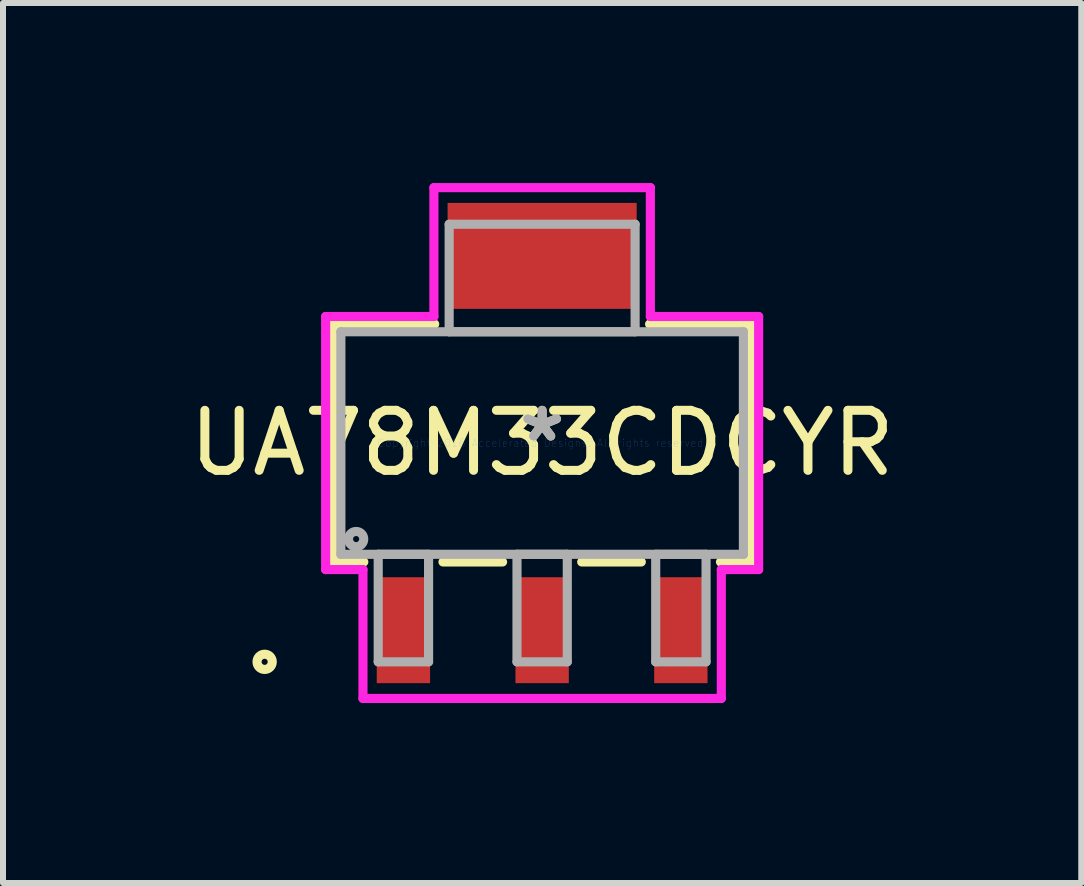
<source format=kicad_pcb>
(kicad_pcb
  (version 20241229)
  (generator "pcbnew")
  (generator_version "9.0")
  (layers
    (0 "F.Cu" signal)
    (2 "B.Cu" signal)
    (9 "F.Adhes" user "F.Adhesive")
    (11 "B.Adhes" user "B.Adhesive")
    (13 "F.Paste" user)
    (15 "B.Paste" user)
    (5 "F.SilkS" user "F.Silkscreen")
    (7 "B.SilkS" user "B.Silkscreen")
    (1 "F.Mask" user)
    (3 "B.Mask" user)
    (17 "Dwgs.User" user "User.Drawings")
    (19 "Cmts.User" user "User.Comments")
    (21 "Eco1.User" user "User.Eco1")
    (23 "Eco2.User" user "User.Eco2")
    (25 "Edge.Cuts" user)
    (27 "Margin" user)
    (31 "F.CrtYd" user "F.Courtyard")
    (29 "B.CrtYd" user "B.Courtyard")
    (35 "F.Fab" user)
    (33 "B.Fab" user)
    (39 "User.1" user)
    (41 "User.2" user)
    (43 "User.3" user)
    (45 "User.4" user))
  (footprint "UA78M33CDCYR"
    (layer "F.Cu")
    (at 5.982 4.331)
    (property "Reference" "UA78M33CDCYR" (at 0 0 0) (layer "F.SilkS") (effects (font (size 1 1) (thickness 0.15))))
    (attr through_hole)
    (fp_line (start -3.48 -1.981) (end -3.48 1.981) (stroke (width 0.152) (type solid)) (layer "F.SilkS"))
    (fp_line (start -3.48 1.981) (end -2.971 1.981) (stroke (width 0.152) (type solid)) (layer "F.SilkS"))
    (fp_line (start -1.79 -1.981) (end -3.48 -1.981) (stroke (width 0.152) (type solid)) (layer "F.SilkS"))
    (fp_line (start -1.652 1.981) (end -0.659 1.981) (stroke (width 0.152) (type solid)) (layer "F.SilkS"))
    (fp_line (start 0.659 1.981) (end 1.652 1.981) (stroke (width 0.152) (type solid)) (layer "F.SilkS"))
    (fp_line (start 2.971 1.981) (end 3.48 1.981) (stroke (width 0.152) (type solid)) (layer "F.SilkS"))
    (fp_line (start 3.48 -1.981) (end 1.79 -1.981) (stroke (width 0.152) (type solid)) (layer "F.SilkS"))
    (fp_line (start 3.48 1.981) (end 3.48 -1.981) (stroke (width 0.152) (type solid)) (layer "F.SilkS"))
    (fp_circle (center -4.623 3.645) (end -4.496 3.645) (stroke (width 0.152) (type solid)) (fill no) (layer "F.SilkS"))
    (fp_line (start -3.607 -2.108) (end -1.803 -2.108) (stroke (width 0.152) (type solid)) (layer "F.CrtYd"))
    (fp_line (start -3.607 2.108) (end -3.607 -2.108) (stroke (width 0.152) (type solid)) (layer "F.CrtYd"))
    (fp_line (start -2.985 2.108) (end -3.607 2.108) (stroke (width 0.152) (type solid)) (layer "F.CrtYd"))
    (fp_line (start -2.985 4.255) (end -2.985 2.108) (stroke (width 0.152) (type solid)) (layer "F.CrtYd"))
    (fp_line (start -1.803 -4.255) (end 1.803 -4.255) (stroke (width 0.152) (type solid)) (layer "F.CrtYd"))
    (fp_line (start -1.803 -2.108) (end -1.803 -4.255) (stroke (width 0.152) (type solid)) (layer "F.CrtYd"))
    (fp_line (start 1.803 -4.255) (end 1.803 -2.108) (stroke (width 0.152) (type solid)) (layer "F.CrtYd"))
    (fp_line (start 1.803 -2.108) (end 3.607 -2.108) (stroke (width 0.152) (type solid)) (layer "F.CrtYd"))
    (fp_line (start 2.985 2.108) (end 2.985 4.255) (stroke (width 0.152) (type solid)) (layer "F.CrtYd"))
    (fp_line (start 2.985 4.255) (end -2.985 4.255) (stroke (width 0.152) (type solid)) (layer "F.CrtYd"))
    (fp_line (start 3.607 -2.108) (end 3.607 2.108) (stroke (width 0.152) (type solid)) (layer "F.CrtYd"))
    (fp_line (start 3.607 2.108) (end 2.985 2.108) (stroke (width 0.152) (type solid)) (layer "F.CrtYd"))
    (fp_line (start -3.353 -1.854) (end -3.353 1.854) (stroke (width 0.152) (type solid)) (layer "F.Fab"))
    (fp_line (start -3.353 1.854) (end 3.353 1.854) (stroke (width 0.152) (type solid)) (layer "F.Fab"))
    (fp_line (start -2.731 1.854) (end -2.731 3.645) (stroke (width 0.152) (type solid)) (layer "F.Fab"))
    (fp_line (start -2.731 3.645) (end -1.892 3.645) (stroke (width 0.152) (type solid)) (layer "F.Fab"))
    (fp_line (start -1.892 1.854) (end -2.731 1.854) (stroke (width 0.152) (type solid)) (layer "F.Fab"))
    (fp_line (start -1.892 3.645) (end -1.892 1.854) (stroke (width 0.152) (type solid)) (layer "F.Fab"))
    (fp_line (start -1.549 -3.645) (end -1.549 -1.854) (stroke (width 0.152) (type solid)) (layer "F.Fab"))
    (fp_line (start -1.549 -1.854) (end 1.549 -1.854) (stroke (width 0.152) (type solid)) (layer "F.Fab"))
    (fp_line (start -0.419 1.854) (end -0.419 3.645) (stroke (width 0.152) (type solid)) (layer "F.Fab"))
    (fp_line (start -0.419 3.645) (end 0.419 3.645) (stroke (width 0.152) (type solid)) (layer "F.Fab"))
    (fp_line (start 0.419 1.854) (end -0.419 1.854) (stroke (width 0.152) (type solid)) (layer "F.Fab"))
    (fp_line (start 0.419 3.645) (end 0.419 1.854) (stroke (width 0.152) (type solid)) (layer "F.Fab"))
    (fp_line (start 1.549 -3.645) (end -1.549 -3.645) (stroke (width 0.152) (type solid)) (layer "F.Fab"))
    (fp_line (start 1.549 -1.854) (end 1.549 -3.645) (stroke (width 0.152) (type solid)) (layer "F.Fab"))
    (fp_line (start 1.892 1.854) (end 1.892 3.645) (stroke (width 0.152) (type solid)) (layer "F.Fab"))
    (fp_line (start 1.892 3.645) (end 2.731 3.645) (stroke (width 0.152) (type solid)) (layer "F.Fab"))
    (fp_line (start 2.731 1.854) (end 1.892 1.854) (stroke (width 0.152) (type solid)) (layer "F.Fab"))
    (fp_line (start 2.731 3.645) (end 2.731 1.854) (stroke (width 0.152) (type solid)) (layer "F.Fab"))
    (fp_line (start 3.353 -1.854) (end -3.353 -1.854) (stroke (width 0.152) (type solid)) (layer "F.Fab"))
    (fp_line (start 3.353 1.854) (end 3.353 -1.854) (stroke (width 0.152) (type solid)) (layer "F.Fab"))
    (fp_circle (center -3.099 1.6) (end -2.972 1.6) (stroke (width 0.152) (type solid)) (fill no) (layer "F.Fab"))
    (fp_text user "*" (at 0 0 0) (layer "F.SilkS") (effects (font (size 1 1) (thickness 0.15))))
    (fp_text user "Copyright 2016 Accelerated Designs. All rights reserved." (at 0 0 0) (layer "Cmts.User") (effects (font (size 0.127 0.127) (thickness 0.002))))
    (fp_text user "*" (at 0 0 0) (layer "F.Fab") (effects (font (size 1 1) (thickness 0.15))))
    (pad "1" smd rect (at -2.311 3.118) (size 0.889 1.765) (layers "F.Cu" "F.Mask" "F.Paste"))
    (pad "2" smd rect (at 0 3.118) (size 0.889 1.765) (layers "F.Cu" "F.Mask" "F.Paste"))
    (pad "3" smd rect (at 2.311 3.118) (size 0.889 1.765) (layers "F.Cu" "F.Mask" "F.Paste"))
    (pad "4" smd rect (at 0 -3.118) (size 3.15 1.765) (layers "F.Cu" "F.Mask" "F.Paste")))
  (gr_rect
    (start -3 -3)
    (end 14.964 11.661)
    (stroke (width 0.1) (type default))
    (fill no)
    (layer "Edge.Cuts")))
</source>
